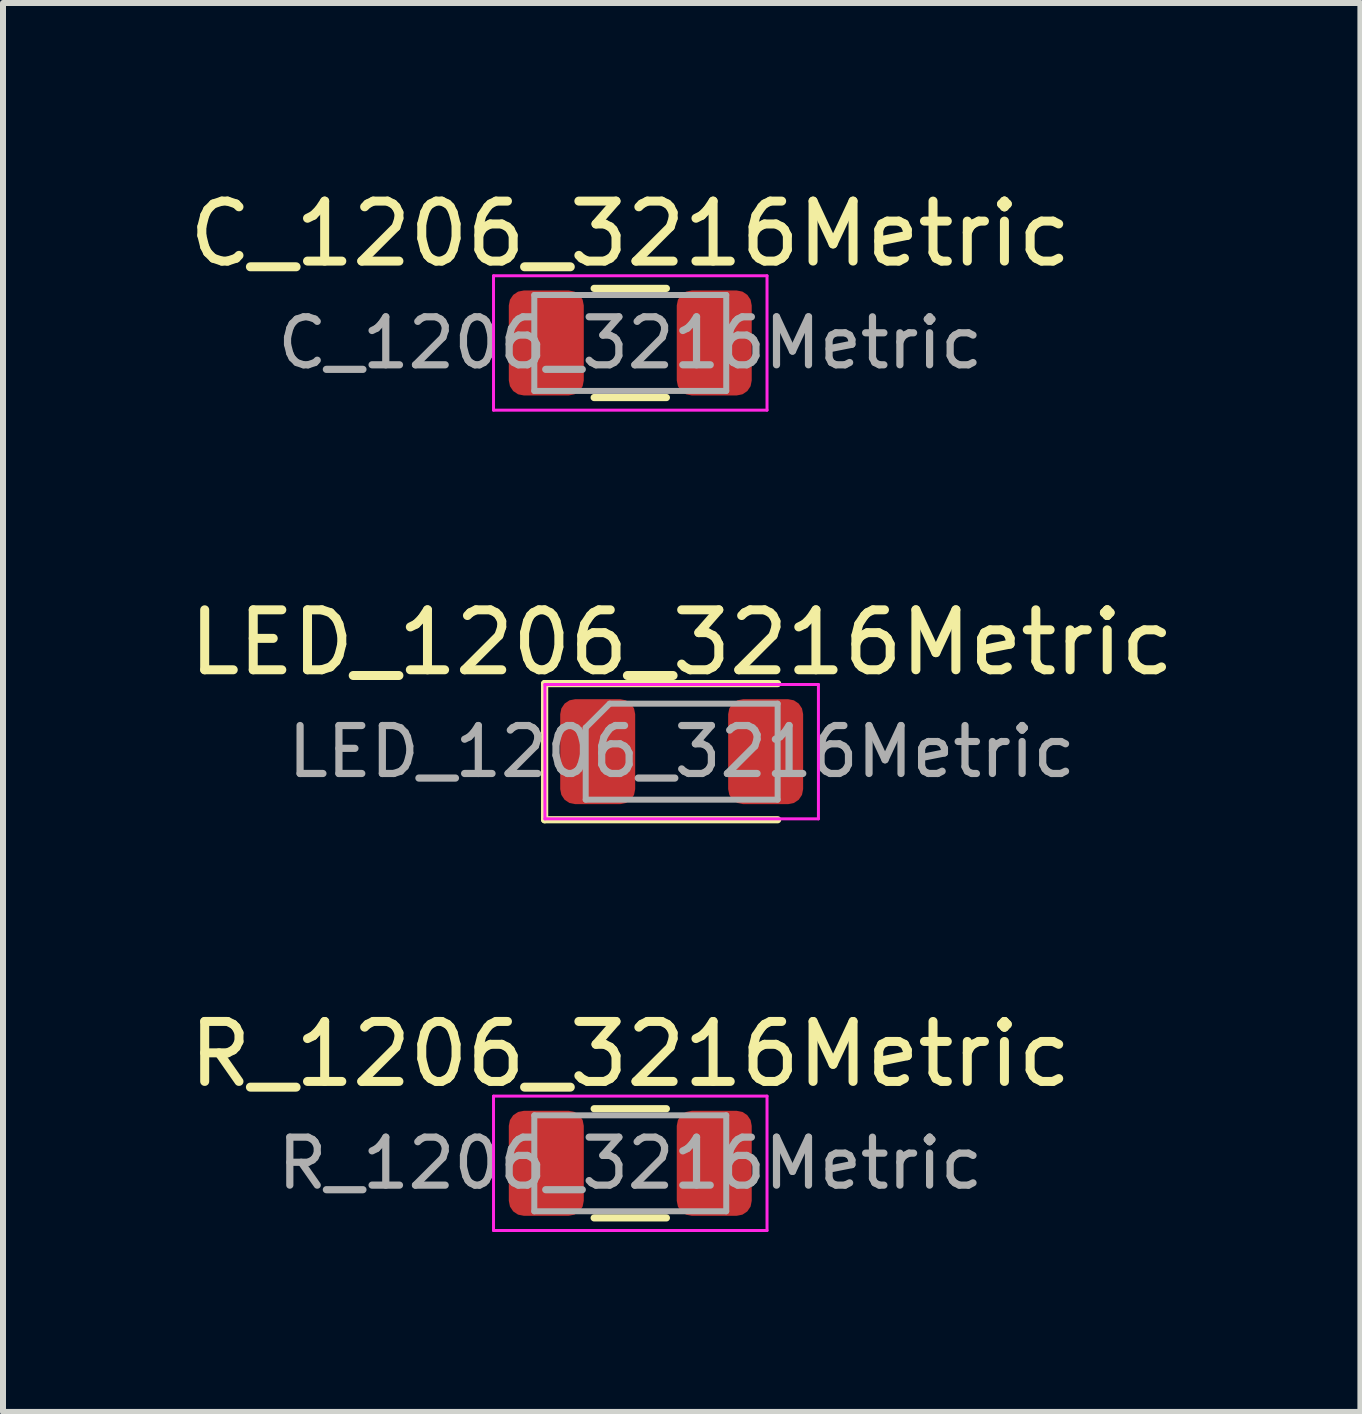
<source format=kicad_pcb>
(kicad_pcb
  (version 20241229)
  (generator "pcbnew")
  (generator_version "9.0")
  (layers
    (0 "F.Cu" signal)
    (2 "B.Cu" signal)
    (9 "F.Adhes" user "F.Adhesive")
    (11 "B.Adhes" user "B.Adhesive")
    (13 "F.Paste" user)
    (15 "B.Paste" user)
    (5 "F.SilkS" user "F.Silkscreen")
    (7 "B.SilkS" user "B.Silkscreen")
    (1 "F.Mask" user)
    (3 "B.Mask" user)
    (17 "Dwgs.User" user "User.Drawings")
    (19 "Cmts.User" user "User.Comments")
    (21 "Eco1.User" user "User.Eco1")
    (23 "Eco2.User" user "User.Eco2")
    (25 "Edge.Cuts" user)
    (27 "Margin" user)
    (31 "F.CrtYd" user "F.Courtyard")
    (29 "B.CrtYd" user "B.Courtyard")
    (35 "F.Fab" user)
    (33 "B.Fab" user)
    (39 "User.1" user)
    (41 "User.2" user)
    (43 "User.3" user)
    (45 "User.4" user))
  (footprint "LED_1206_3216Metric"
    (layer "F.Cu")
    (at 8.315 9.482)
    (property "Reference" "LED_1206_3216Metric" (at 0 -1.82 0) (layer "F.SilkS") (effects (font (size 1 1) (thickness 0.15))))
    (attr smd)
    (fp_line (start -2.285 -1.135) (end -2.285 1.135) (stroke (width 0.12) (type solid)) (layer "F.SilkS"))
    (fp_line (start -2.285 1.135) (end 1.6 1.135) (stroke (width 0.12) (type solid)) (layer "F.SilkS"))
    (fp_line (start 1.6 -1.135) (end -2.285 -1.135) (stroke (width 0.12) (type solid)) (layer "F.SilkS"))
    (fp_line (start -2.28 -1.12) (end 2.28 -1.12) (stroke (width 0.05) (type solid)) (layer "F.CrtYd"))
    (fp_line (start -2.28 1.12) (end -2.28 -1.12) (stroke (width 0.05) (type solid)) (layer "F.CrtYd"))
    (fp_line (start 2.28 -1.12) (end 2.28 1.12) (stroke (width 0.05) (type solid)) (layer "F.CrtYd"))
    (fp_line (start 2.28 1.12) (end -2.28 1.12) (stroke (width 0.05) (type solid)) (layer "F.CrtYd"))
    (fp_line (start -1.6 -0.4) (end -1.6 0.8) (stroke (width 0.1) (type solid)) (layer "F.Fab"))
    (fp_line (start -1.6 0.8) (end 1.6 0.8) (stroke (width 0.1) (type solid)) (layer "F.Fab"))
    (fp_line (start -1.2 -0.8) (end -1.6 -0.4) (stroke (width 0.1) (type solid)) (layer "F.Fab"))
    (fp_line (start 1.6 -0.8) (end -1.2 -0.8) (stroke (width 0.1) (type solid)) (layer "F.Fab"))
    (fp_line (start 1.6 0.8) (end 1.6 -0.8) (stroke (width 0.1) (type solid)) (layer "F.Fab"))
    (fp_text user "${REFERENCE}" (at 0 0 0) (layer "F.Fab") (effects (font (size 0.8 0.8) (thickness 0.12))))
    (pad "1" smd roundrect (at -1.4 0) (size 1.25 1.75) (layers "F.Cu" "F.Mask" "F.Paste") (roundrect_rratio 0.2))
    (pad "2" smd roundrect (at 1.4 0) (size 1.25 1.75) (layers "F.Cu" "F.Mask" "F.Paste") (roundrect_rratio 0.2)))
  (footprint "C_1206_3216Metric"
    (layer "F.Cu")
    (at 7.458 2.668)
    (property "Reference" "C_1206_3216Metric" (at 0 -1.82 0) (layer "F.SilkS") (effects (font (size 1 1) (thickness 0.15))))
    (attr smd)
    (fp_line (start -0.602 -0.91) (end 0.602 -0.91) (stroke (width 0.12) (type solid)) (layer "F.SilkS"))
    (fp_line (start -0.602 0.91) (end 0.602 0.91) (stroke (width 0.12) (type solid)) (layer "F.SilkS"))
    (fp_line (start -2.28 -1.12) (end 2.28 -1.12) (stroke (width 0.05) (type solid)) (layer "F.CrtYd"))
    (fp_line (start -2.28 1.12) (end -2.28 -1.12) (stroke (width 0.05) (type solid)) (layer "F.CrtYd"))
    (fp_line (start 2.28 -1.12) (end 2.28 1.12) (stroke (width 0.05) (type solid)) (layer "F.CrtYd"))
    (fp_line (start 2.28 1.12) (end -2.28 1.12) (stroke (width 0.05) (type solid)) (layer "F.CrtYd"))
    (fp_line (start -1.6 -0.8) (end 1.6 -0.8) (stroke (width 0.1) (type solid)) (layer "F.Fab"))
    (fp_line (start -1.6 0.8) (end -1.6 -0.8) (stroke (width 0.1) (type solid)) (layer "F.Fab"))
    (fp_line (start 1.6 -0.8) (end 1.6 0.8) (stroke (width 0.1) (type solid)) (layer "F.Fab"))
    (fp_line (start 1.6 0.8) (end -1.6 0.8) (stroke (width 0.1) (type solid)) (layer "F.Fab"))
    (fp_text user "${REFERENCE}" (at 0 0 0) (layer "F.Fab") (effects (font (size 0.8 0.8) (thickness 0.12))))
    (pad "1" smd roundrect (at -1.4 0) (size 1.25 1.75) (layers "F.Cu" "F.Mask" "F.Paste") (roundrect_rratio 0.2))
    (pad "2" smd roundrect (at 1.4 0) (size 1.25 1.75) (layers "F.Cu" "F.Mask" "F.Paste") (roundrect_rratio 0.2)))
  (footprint "R_1206_3216Metric"
    (layer "F.Cu")
    (at 7.458 16.345)
    (property "Reference" "R_1206_3216Metric" (at 0 -1.82 0) (layer "F.SilkS") (effects (font (size 1 1) (thickness 0.15))))
    (attr smd)
    (fp_line (start -0.602 -0.91) (end 0.602 -0.91) (stroke (width 0.12) (type solid)) (layer "F.SilkS"))
    (fp_line (start -0.602 0.91) (end 0.602 0.91) (stroke (width 0.12) (type solid)) (layer "F.SilkS"))
    (fp_line (start -2.28 -1.12) (end 2.28 -1.12) (stroke (width 0.05) (type solid)) (layer "F.CrtYd"))
    (fp_line (start -2.28 1.12) (end -2.28 -1.12) (stroke (width 0.05) (type solid)) (layer "F.CrtYd"))
    (fp_line (start 2.28 -1.12) (end 2.28 1.12) (stroke (width 0.05) (type solid)) (layer "F.CrtYd"))
    (fp_line (start 2.28 1.12) (end -2.28 1.12) (stroke (width 0.05) (type solid)) (layer "F.CrtYd"))
    (fp_line (start -1.6 -0.8) (end 1.6 -0.8) (stroke (width 0.1) (type solid)) (layer "F.Fab"))
    (fp_line (start -1.6 0.8) (end -1.6 -0.8) (stroke (width 0.1) (type solid)) (layer "F.Fab"))
    (fp_line (start 1.6 -0.8) (end 1.6 0.8) (stroke (width 0.1) (type solid)) (layer "F.Fab"))
    (fp_line (start 1.6 0.8) (end -1.6 0.8) (stroke (width 0.1) (type solid)) (layer "F.Fab"))
    (fp_text user "${REFERENCE}" (at 0 0 0) (layer "F.Fab") (effects (font (size 0.8 0.8) (thickness 0.12))))
    (pad "1" smd roundrect (at -1.4 0) (size 1.25 1.75) (layers "F.Cu" "F.Mask" "F.Paste") (roundrect_rratio 0.2))
    (pad "2" smd roundrect (at 1.4 0) (size 1.25 1.75) (layers "F.Cu" "F.Mask" "F.Paste") (roundrect_rratio 0.2)))
  (gr_rect
    (start -3 -3)
    (end 19.631 20.49)
    (stroke (width 0.1) (type default))
    (fill no)
    (layer "Edge.Cuts")))
</source>
